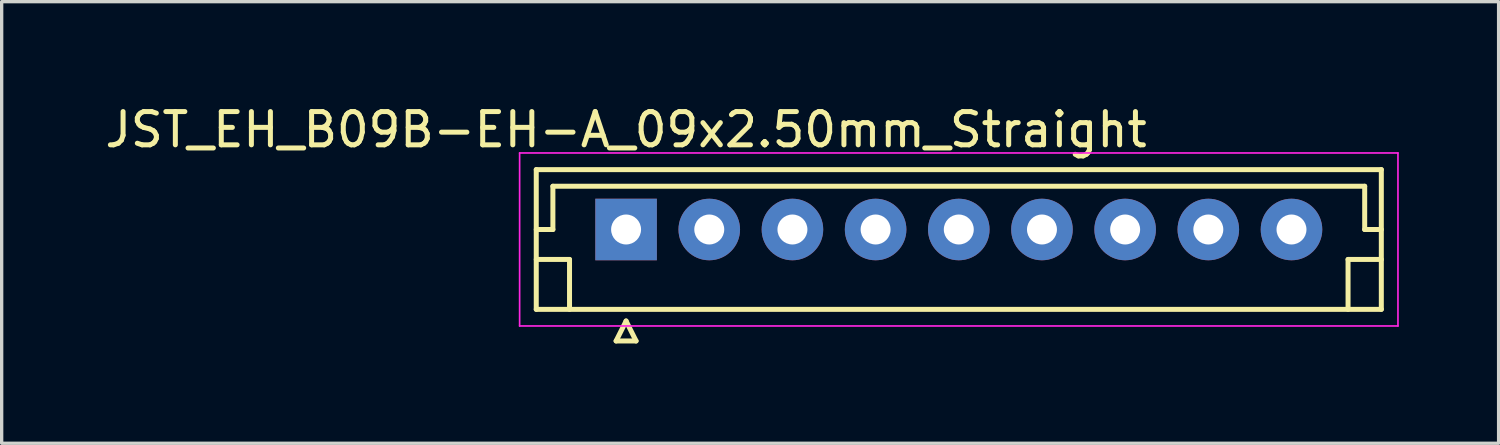
<source format=kicad_pcb>
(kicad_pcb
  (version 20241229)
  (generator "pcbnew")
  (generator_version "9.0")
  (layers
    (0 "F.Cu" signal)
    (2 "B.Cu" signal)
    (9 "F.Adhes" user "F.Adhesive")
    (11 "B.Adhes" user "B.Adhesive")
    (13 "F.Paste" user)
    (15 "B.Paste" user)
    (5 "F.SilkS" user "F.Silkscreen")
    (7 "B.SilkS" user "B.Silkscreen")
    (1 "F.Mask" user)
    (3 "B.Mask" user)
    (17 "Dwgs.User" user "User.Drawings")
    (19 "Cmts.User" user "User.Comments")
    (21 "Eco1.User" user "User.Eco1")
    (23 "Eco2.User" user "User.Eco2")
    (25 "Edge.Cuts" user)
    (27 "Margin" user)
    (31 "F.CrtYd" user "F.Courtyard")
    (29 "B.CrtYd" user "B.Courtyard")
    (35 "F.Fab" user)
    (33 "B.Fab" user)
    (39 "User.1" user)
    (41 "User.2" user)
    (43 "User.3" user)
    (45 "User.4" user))
  (footprint "JST_EH_B09B-EH-A_09x2.50mm_Straight"
    (layer "F.Cu")
    (at 15.768 3.848)
    (property "Reference" "JST_EH_B09B-EH-A_09x2.50mm_Straight" (at 0 -3 0) (layer "F.SilkS") (effects (font (size 1 1) (thickness 0.15))))
    (attr through_hole)
    (fp_line (start -2.7 -1.8) (end -2.7 2.4) (stroke (width 0.15) (type solid)) (layer "F.SilkS"))
    (fp_line (start -2.7 0) (end -2.2 0) (stroke (width 0.15) (type solid)) (layer "F.SilkS"))
    (fp_line (start -2.7 0.9) (end -1.7 0.9) (stroke (width 0.15) (type solid)) (layer "F.SilkS"))
    (fp_line (start -2.7 2.4) (end 22.7 2.4) (stroke (width 0.15) (type solid)) (layer "F.SilkS"))
    (fp_line (start -2.2 -1.3) (end 22.2 -1.3) (stroke (width 0.15) (type solid)) (layer "F.SilkS"))
    (fp_line (start -2.2 0) (end -2.2 -1.3) (stroke (width 0.15) (type solid)) (layer "F.SilkS"))
    (fp_line (start -1.7 0.9) (end -1.7 2.4) (stroke (width 0.15) (type solid)) (layer "F.SilkS"))
    (fp_line (start -0.3 3.35) (end 0.3 3.35) (stroke (width 0.15) (type solid)) (layer "F.SilkS"))
    (fp_line (start 0 2.75) (end -0.3 3.35) (stroke (width 0.15) (type solid)) (layer "F.SilkS"))
    (fp_line (start 0.3 3.35) (end 0 2.75) (stroke (width 0.15) (type solid)) (layer "F.SilkS"))
    (fp_line (start 21.7 0.9) (end 21.7 2.4) (stroke (width 0.15) (type solid)) (layer "F.SilkS"))
    (fp_line (start 22.2 -1.3) (end 22.2 0) (stroke (width 0.15) (type solid)) (layer "F.SilkS"))
    (fp_line (start 22.2 0) (end 22.7 0) (stroke (width 0.15) (type solid)) (layer "F.SilkS"))
    (fp_line (start 22.7 -1.8) (end -2.7 -1.8) (stroke (width 0.15) (type solid)) (layer "F.SilkS"))
    (fp_line (start 22.7 0.9) (end 21.7 0.9) (stroke (width 0.15) (type solid)) (layer "F.SilkS"))
    (fp_line (start 22.7 2.4) (end 22.7 -1.8) (stroke (width 0.15) (type solid)) (layer "F.SilkS"))
    (fp_line (start -3.2 -2.3) (end -3.2 2.9) (stroke (width 0.05) (type solid)) (layer "F.CrtYd"))
    (fp_line (start -3.2 2.9) (end 23.2 2.9) (stroke (width 0.05) (type solid)) (layer "F.CrtYd"))
    (fp_line (start 23.2 -2.3) (end -3.2 -2.3) (stroke (width 0.05) (type solid)) (layer "F.CrtYd"))
    (fp_line (start 23.2 2.9) (end 23.2 -2.3) (stroke (width 0.05) (type solid)) (layer "F.CrtYd"))
    (pad "1" thru_hole rect (at 0 0) (size 1.85 1.85) (drill 0.9) (layers "*.Cu" "*.Mask"))
    (pad "2" thru_hole circle (at 2.5 0) (size 1.85 1.85) (drill 0.9) (layers "*.Cu" "*.Mask"))
    (pad "3" thru_hole circle (at 5 0) (size 1.85 1.85) (drill 0.9) (layers "*.Cu" "*.Mask"))
    (pad "4" thru_hole circle (at 7.5 0) (size 1.85 1.85) (drill 0.9) (layers "*.Cu" "*.Mask"))
    (pad "5" thru_hole circle (at 10 0) (size 1.85 1.85) (drill 0.9) (layers "*.Cu" "*.Mask"))
    (pad "6" thru_hole circle (at 12.5 0) (size 1.85 1.85) (drill 0.9) (layers "*.Cu" "*.Mask"))
    (pad "7" thru_hole circle (at 15 0) (size 1.85 1.85) (drill 0.9) (layers "*.Cu" "*.Mask"))
    (pad "8" thru_hole circle (at 17.5 0) (size 1.85 1.85) (drill 0.9) (layers "*.Cu" "*.Mask"))
    (pad "9" thru_hole circle (at 20 0) (size 1.85 1.85) (drill 0.9) (layers "*.Cu" "*.Mask")))
  (gr_rect
    (start -3 -3)
    (end 41.993 10.273)
    (stroke (width 0.1) (type default))
    (fill no)
    (layer "Edge.Cuts")))
</source>
